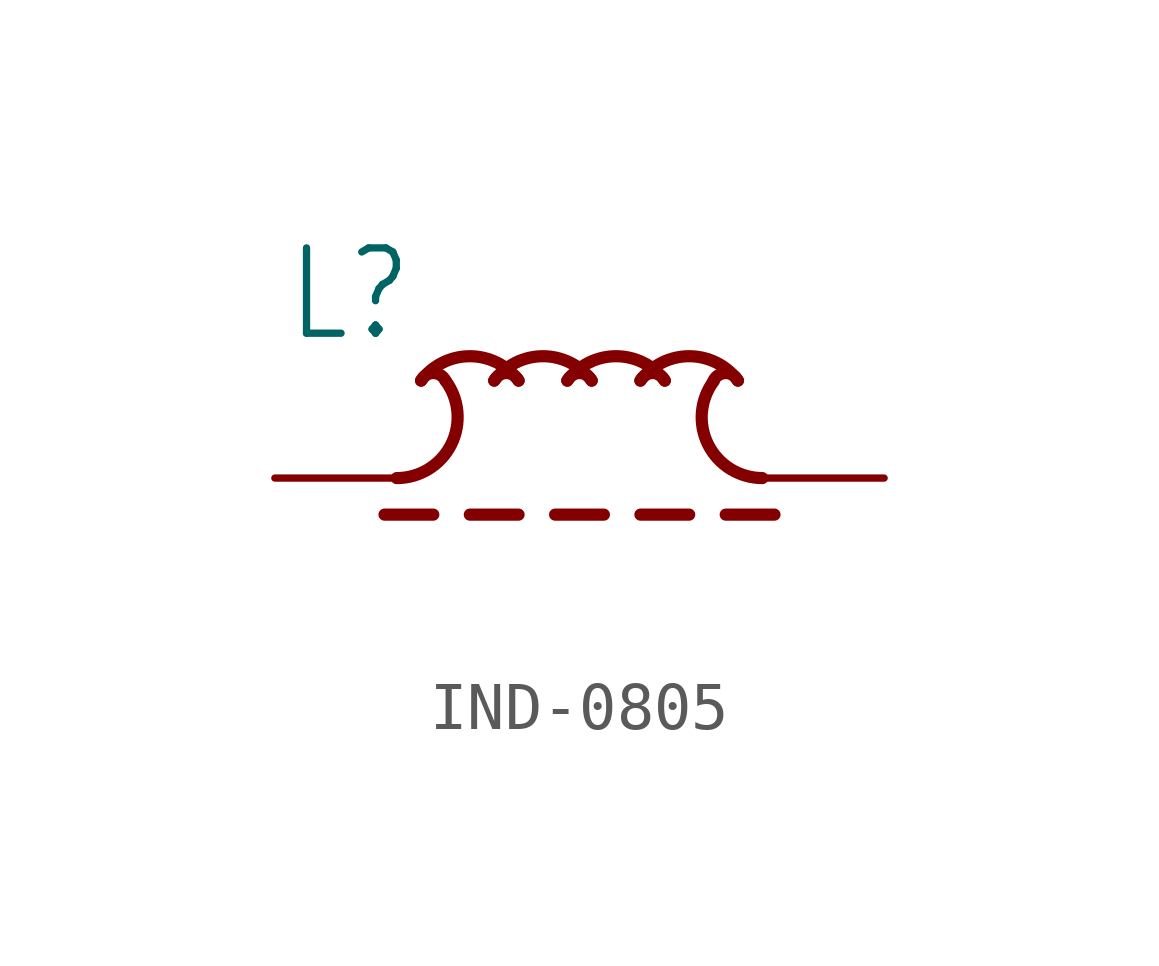
<source format=kicad_sym>
(kicad_symbol_lib
  (version 20231120)
  (generator "kicad_symbol_editor")
  (generator_version "8.0")
  (symbol "IND-0805"
    (property "Reference" "L"
      (at -4.88 2.794 0)
      (effects (font (size 1.778 1.511)) (justify left bottom)))
    (property "Value" ""
      (at -4.88 -3.048 0)
      (effects (font (size 1.778 1.511)) (justify left bottom)))
    (property "ki_locked" ""
      (at 0 0 0)
      (effects (font (size 1.27 1.27))))
    (symbol "IND-0805_1_0"
      (arc (start -2.54 0) (mid -1.4041 0.7019) (end -1.5239 2.0318) (stroke (width 0.254) (type solid)) (fill (type none)))
      (arc (start -1.524 2.032) (mid -1.778 2.189) (end -2.032 2.032) (stroke (width 0.254) (type solid)) (fill (type none)))
      (polyline (pts (xy -2.794 -0.762) (xy -1.778 -0.762)) (stroke (width 0.254) (type solid)) (fill (type none)))
      (polyline (pts (xy -1.016 -0.762) (xy 0 -0.762)) (stroke (width 0.254) (type solid)) (fill (type none)))
      (polyline (pts (xy 0.762 -0.762) (xy 1.778 -0.762)) (stroke (width 0.254) (type solid)) (fill (type none)))
      (polyline (pts (xy 2.54 -0.762) (xy 3.556 -0.762)) (stroke (width 0.254) (type solid)) (fill (type none)))
      (polyline (pts (xy 4.318 -0.762) (xy 5.334 -0.762)) (stroke (width 0.254) (type solid)) (fill (type none)))
      (arc (start 0 2.032) (mid -1.016 2.54) (end -2.032 2.032) (stroke (width 0.254) (type solid)) (fill (type none)))
      (arc (start 0 2.032) (mid -0.254 2.189) (end -0.508 2.032) (stroke (width 0.254) (type solid)) (fill (type none)))
      (arc (start 1.524 2.032) (mid 0.508 2.54) (end -0.508 2.032) (stroke (width 0.254) (type solid)) (fill (type none)))
      (arc (start 1.524 2.032) (mid 1.27 2.189) (end 1.016 2.032) (stroke (width 0.254) (type solid)) (fill (type none)))
      (arc (start 3.048 2.032) (mid 2.032 2.54) (end 1.016 2.032) (stroke (width 0.254) (type solid)) (fill (type none)))
      (arc (start 3.048 2.032) (mid 2.794 2.189) (end 2.54 2.032) (stroke (width 0.254) (type solid)) (fill (type none)))
      (arc (start 4.064 2.032) (mid 3.9439 0.7021) (end 5.0798 -0.0001) (stroke (width 0.254) (type solid)) (fill (type none)))
      (arc (start 4.572 2.032) (mid 3.556 2.54) (end 2.54 2.032) (stroke (width 0.254) (type solid)) (fill (type none)))
      (arc (start 4.572 2.032) (mid 4.318 2.189) (end 4.064 2.032) (stroke (width 0.254) (type solid)) (fill (type none)))
      (pin passive line (at -5.08 0 0) (length 2.54) (name "1" (effects (font (size 0 0)))) (number "1" (effects (font (size 0 0)))))
      (pin passive line (at 7.62 0 180) (length 2.54) (name "2" (effects (font (size 0 0)))) (number "2" (effects (font (size 0 0))))))))
</source>
